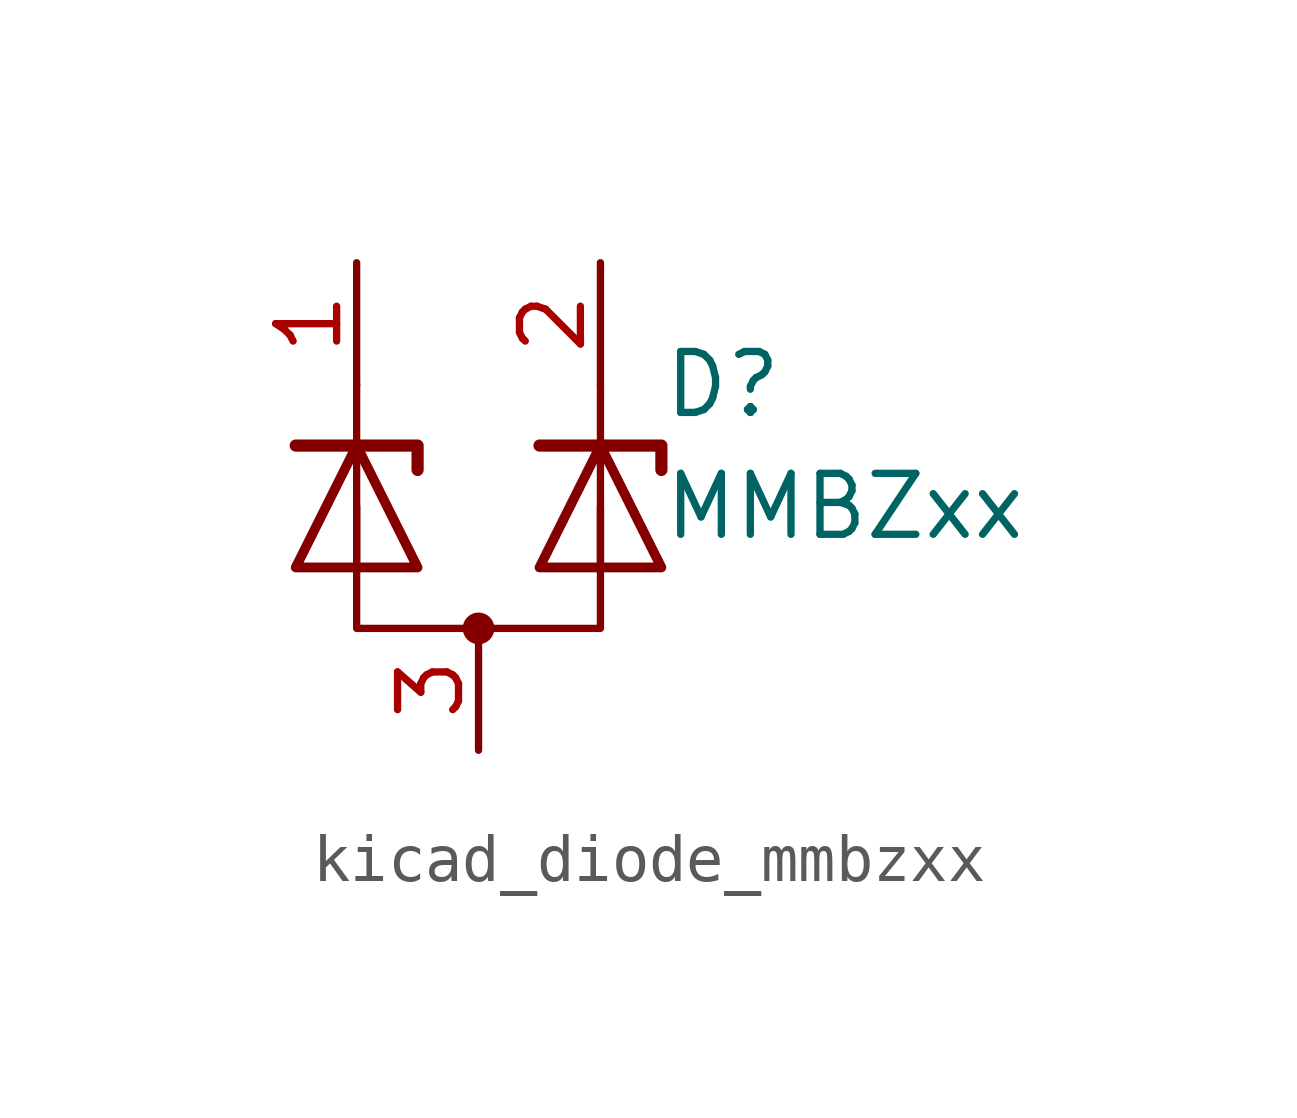
<source format=kicad_sym>
(kicad_symbol_lib
  (version 20220914)
  (generator kicad_symbol_editor)
  (symbol "kicad_diode_mmbzxx"
    (pin_names
      (offset 1.016) hide)
    (property "Reference" "D"
      (at 3.81 2.54 0)
      (effects (font (size 1.27 1.27)) (justify left)))
    (property "Value" "MMBZxx"
      (at 3.81 0 0)
      (effects (font (size 1.27 1.27)) (justify left)))
    (symbol "kicad_diode_mmbzxx_0_1"
      (circle (center 0 -2.54) (radius 0.254) (stroke (width 0) (type default)) (fill (type outline)))
      (polyline (pts (xy -2.54 -1.27) (xy -2.54 2.54)) (stroke (width 0) (type default)) (fill (type none)))
      (polyline (pts (xy 2.54 -1.27) (xy 2.54 2.54)) (stroke (width 0) (type default)) (fill (type none)))
      (polyline (pts (xy -3.81 1.27) (xy -1.27 1.27) (xy -1.27 0.762)) (stroke (width 0.254) (type default)) (fill (type none)))
      (polyline (pts (xy 1.27 1.27) (xy 3.81 1.27) (xy 3.81 0.762)) (stroke (width 0.254) (type default)) (fill (type none)))
      (polyline (pts (xy -2.54 0) (xy -2.54 -2.54) (xy 2.54 -2.54) (xy 2.54 0)) (stroke (width 0) (type default)) (fill (type none))))
    (symbol "kicad_diode_mmbzxx_1_1"
      (polyline (pts (xy -3.81 -1.27) (xy -1.27 -1.27) (xy -2.54 1.27) (xy -3.81 -1.27)) (stroke (width 0.203) (type default)) (fill (type none)))
      (polyline (pts (xy 1.27 -1.27) (xy 3.81 -1.27) (xy 2.54 1.27) (xy 1.27 -1.27)) (stroke (width 0.203) (type default)) (fill (type none)))
      (pin passive line (at -2.54 5.08 270) (length 2.54) (name "K" (effects (font (size 1.27 1.27)))) (number "1" (effects (font (size 1.27 1.27)))))
      (pin passive line (at 2.54 5.08 270) (length 2.54) (name "K" (effects (font (size 1.27 1.27)))) (number "2" (effects (font (size 1.27 1.27)))))
      (pin passive line (at 0 -5.08 90) (length 2.54) (name "A" (effects (font (size 1.27 1.27)))) (number "3" (effects (font (size 1.27 1.27))))))))
</source>
